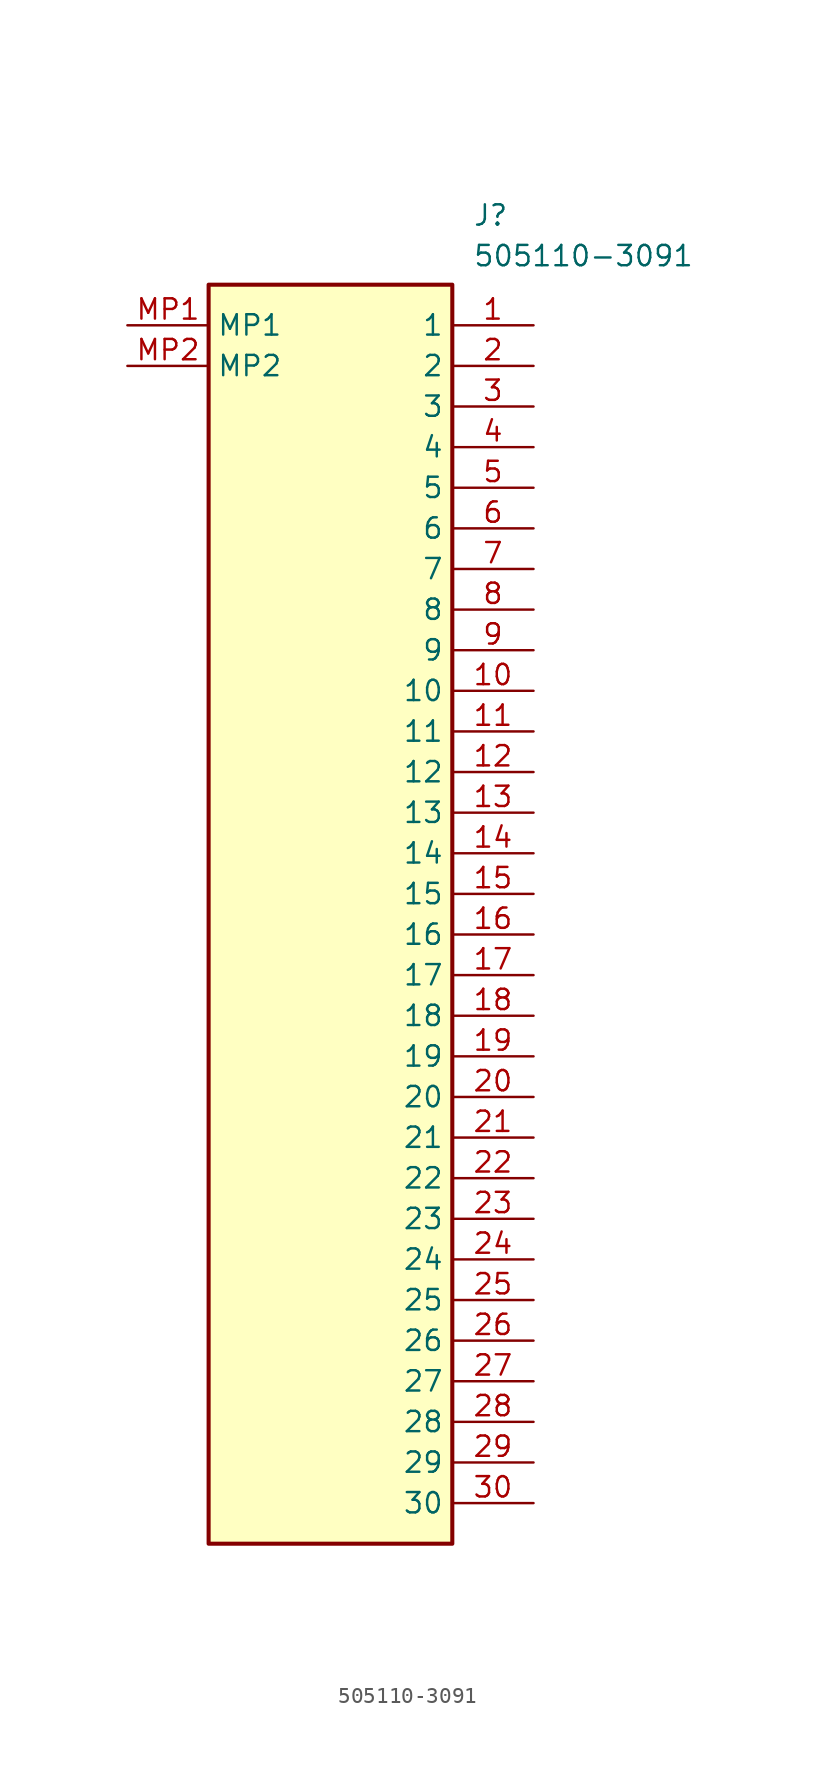
<source format=kicad_sym>
(kicad_symbol_lib
  (version 20211014)
  (generator SamacSys_ECAD_Model)
  (symbol "505110-3091"
    (property "Reference" "J"
      (at 21.59 7.62 0)
      (effects (font (size 1.27 1.27)) (justify left top)))
    (property "Value" "505110-3091"
      (at 21.59 5.08 0)
      (effects (font (size 1.27 1.27)) (justify left top)))
    (rectangle
      (start 5.08 2.54)
      (end 20.32 -76.2)
      (stroke (width 0.254) (type default))
      (fill (type background)))
    (pin passive line
      (at 25.4 0 180)
      (length 5.08)
      (name "1" (effects (font (size 1.27 1.27))))
      (number "1" (effects (font (size 1.27 1.27)))))
    (pin passive line
      (at 25.4 -2.54 180)
      (length 5.08)
      (name "2" (effects (font (size 1.27 1.27))))
      (number "2" (effects (font (size 1.27 1.27)))))
    (pin passive line
      (at 25.4 -5.08 180)
      (length 5.08)
      (name "3" (effects (font (size 1.27 1.27))))
      (number "3" (effects (font (size 1.27 1.27)))))
    (pin passive line
      (at 25.4 -7.62 180)
      (length 5.08)
      (name "4" (effects (font (size 1.27 1.27))))
      (number "4" (effects (font (size 1.27 1.27)))))
    (pin passive line
      (at 25.4 -10.16 180)
      (length 5.08)
      (name "5" (effects (font (size 1.27 1.27))))
      (number "5" (effects (font (size 1.27 1.27)))))
    (pin passive line
      (at 25.4 -12.7 180)
      (length 5.08)
      (name "6" (effects (font (size 1.27 1.27))))
      (number "6" (effects (font (size 1.27 1.27)))))
    (pin passive line
      (at 25.4 -15.24 180)
      (length 5.08)
      (name "7" (effects (font (size 1.27 1.27))))
      (number "7" (effects (font (size 1.27 1.27)))))
    (pin passive line
      (at 25.4 -17.78 180)
      (length 5.08)
      (name "8" (effects (font (size 1.27 1.27))))
      (number "8" (effects (font (size 1.27 1.27)))))
    (pin passive line
      (at 25.4 -20.32 180)
      (length 5.08)
      (name "9" (effects (font (size 1.27 1.27))))
      (number "9" (effects (font (size 1.27 1.27)))))
    (pin passive line
      (at 25.4 -22.86 180)
      (length 5.08)
      (name "10" (effects (font (size 1.27 1.27))))
      (number "10" (effects (font (size 1.27 1.27)))))
    (pin passive line
      (at 25.4 -25.4 180)
      (length 5.08)
      (name "11" (effects (font (size 1.27 1.27))))
      (number "11" (effects (font (size 1.27 1.27)))))
    (pin passive line
      (at 25.4 -27.94 180)
      (length 5.08)
      (name "12" (effects (font (size 1.27 1.27))))
      (number "12" (effects (font (size 1.27 1.27)))))
    (pin passive line
      (at 25.4 -30.48 180)
      (length 5.08)
      (name "13" (effects (font (size 1.27 1.27))))
      (number "13" (effects (font (size 1.27 1.27)))))
    (pin passive line
      (at 25.4 -33.02 180)
      (length 5.08)
      (name "14" (effects (font (size 1.27 1.27))))
      (number "14" (effects (font (size 1.27 1.27)))))
    (pin passive line
      (at 25.4 -35.56 180)
      (length 5.08)
      (name "15" (effects (font (size 1.27 1.27))))
      (number "15" (effects (font (size 1.27 1.27)))))
    (pin passive line
      (at 25.4 -38.1 180)
      (length 5.08)
      (name "16" (effects (font (size 1.27 1.27))))
      (number "16" (effects (font (size 1.27 1.27)))))
    (pin passive line
      (at 25.4 -40.64 180)
      (length 5.08)
      (name "17" (effects (font (size 1.27 1.27))))
      (number "17" (effects (font (size 1.27 1.27)))))
    (pin passive line
      (at 25.4 -43.18 180)
      (length 5.08)
      (name "18" (effects (font (size 1.27 1.27))))
      (number "18" (effects (font (size 1.27 1.27)))))
    (pin passive line
      (at 25.4 -45.72 180)
      (length 5.08)
      (name "19" (effects (font (size 1.27 1.27))))
      (number "19" (effects (font (size 1.27 1.27)))))
    (pin passive line
      (at 25.4 -48.26 180)
      (length 5.08)
      (name "20" (effects (font (size 1.27 1.27))))
      (number "20" (effects (font (size 1.27 1.27)))))
    (pin passive line
      (at 25.4 -50.8 180)
      (length 5.08)
      (name "21" (effects (font (size 1.27 1.27))))
      (number "21" (effects (font (size 1.27 1.27)))))
    (pin passive line
      (at 25.4 -53.34 180)
      (length 5.08)
      (name "22" (effects (font (size 1.27 1.27))))
      (number "22" (effects (font (size 1.27 1.27)))))
    (pin passive line
      (at 25.4 -55.88 180)
      (length 5.08)
      (name "23" (effects (font (size 1.27 1.27))))
      (number "23" (effects (font (size 1.27 1.27)))))
    (pin passive line
      (at 25.4 -58.42 180)
      (length 5.08)
      (name "24" (effects (font (size 1.27 1.27))))
      (number "24" (effects (font (size 1.27 1.27)))))
    (pin passive line
      (at 25.4 -60.96 180)
      (length 5.08)
      (name "25" (effects (font (size 1.27 1.27))))
      (number "25" (effects (font (size 1.27 1.27)))))
    (pin passive line
      (at 25.4 -63.5 180)
      (length 5.08)
      (name "26" (effects (font (size 1.27 1.27))))
      (number "26" (effects (font (size 1.27 1.27)))))
    (pin passive line
      (at 25.4 -66.04 180)
      (length 5.08)
      (name "27" (effects (font (size 1.27 1.27))))
      (number "27" (effects (font (size 1.27 1.27)))))
    (pin passive line
      (at 25.4 -68.58 180)
      (length 5.08)
      (name "28" (effects (font (size 1.27 1.27))))
      (number "28" (effects (font (size 1.27 1.27)))))
    (pin passive line
      (at 25.4 -71.12 180)
      (length 5.08)
      (name "29" (effects (font (size 1.27 1.27))))
      (number "29" (effects (font (size 1.27 1.27)))))
    (pin passive line
      (at 25.4 -73.66 180)
      (length 5.08)
      (name "30" (effects (font (size 1.27 1.27))))
      (number "30" (effects (font (size 1.27 1.27)))))
    (pin passive line
      (at 0 0 0)
      (length 5.08)
      (name "MP1" (effects (font (size 1.27 1.27))))
      (number "MP1" (effects (font (size 1.27 1.27)))))
    (pin passive line
      (at 0 -2.54 0)
      (length 5.08)
      (name "MP2" (effects (font (size 1.27 1.27))))
      (number "MP2" (effects (font (size 1.27 1.27)))))))
</source>
